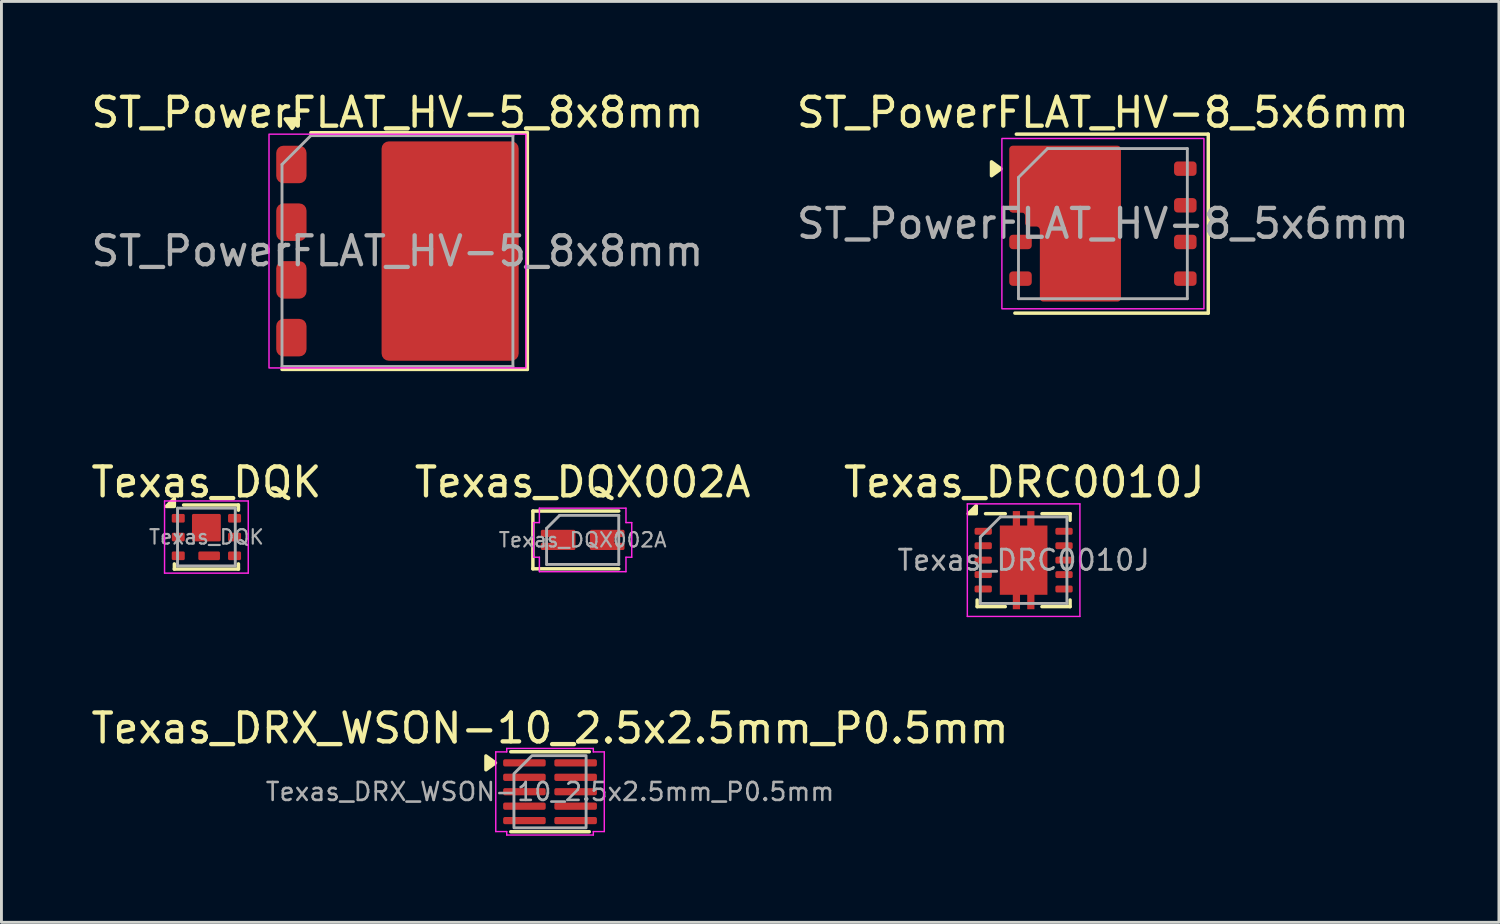
<source format=kicad_pcb>
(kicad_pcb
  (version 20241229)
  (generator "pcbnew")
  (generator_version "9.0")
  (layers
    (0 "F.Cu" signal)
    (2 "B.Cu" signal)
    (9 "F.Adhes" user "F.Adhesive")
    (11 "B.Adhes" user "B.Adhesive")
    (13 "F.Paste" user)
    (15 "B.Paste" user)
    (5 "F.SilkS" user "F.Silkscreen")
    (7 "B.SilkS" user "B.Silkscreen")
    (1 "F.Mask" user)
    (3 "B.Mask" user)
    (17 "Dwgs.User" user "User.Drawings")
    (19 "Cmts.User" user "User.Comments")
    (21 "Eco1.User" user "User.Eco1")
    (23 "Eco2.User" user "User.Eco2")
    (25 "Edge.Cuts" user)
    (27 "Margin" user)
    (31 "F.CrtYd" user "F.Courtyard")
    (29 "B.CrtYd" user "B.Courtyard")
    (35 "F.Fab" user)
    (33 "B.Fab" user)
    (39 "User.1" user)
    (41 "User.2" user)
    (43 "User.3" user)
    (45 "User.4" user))
  (footprint "Texas_DQX002A"
    (layer "F.Cu")
    (at 17.137 15.656)
    (property "Reference" "Texas_DQX002A" (at 0 -2 0) (layer "F.SilkS") (effects (font (size 1 1) (thickness 0.15))))
    (attr smd)
    (fp_line (start -1.725 -1) (end 1.25 -1) (stroke (width 0.12) (type default)) (layer "F.SilkS"))
    (fp_line (start -1.725 1) (end -1.725 -1) (stroke (width 0.12) (type default)) (layer "F.SilkS"))
    (fp_line (start 1.25 1) (end -1.725 1) (stroke (width 0.12) (type default)) (layer "F.SilkS"))
    (fp_rect (start -1.4 -0.15) (end -1.05 -0.3) (stroke (width 0.1) (type solid)) (fill yes) (layer "F.Paste"))
    (fp_rect (start -1.4 0.3) (end -1.05 0.15) (stroke (width 0.1) (type solid)) (fill yes) (layer "F.Paste"))
    (fp_rect (start -0.8 0.3) (end -0.3 -0.3) (stroke (width 0.1) (type solid)) (fill yes) (layer "F.Paste"))
    (fp_rect (start 0.3 0.3) (end 0.8 -0.3) (stroke (width 0.1) (type solid)) (fill yes) (layer "F.Paste"))
    (fp_rect (start 1.05 -0.15) (end 1.4 -0.3) (stroke (width 0.1) (type solid)) (fill yes) (layer "F.Paste"))
    (fp_rect (start 1.05 0.3) (end 1.4 0.15) (stroke (width 0.1) (type solid)) (fill yes) (layer "F.Paste"))
    (fp_line (start -1.7 -0.6) (end -1.5 -0.6) (stroke (width 0.05) (type default)) (layer "F.CrtYd"))
    (fp_line (start -1.7 0.05) (end -1.7 -0.6) (stroke (width 0.05) (type default)) (layer "F.CrtYd"))
    (fp_line (start -1.7 0.6) (end -1.7 0.05) (stroke (width 0.05) (type default)) (layer "F.CrtYd"))
    (fp_line (start -1.7 0.6) (end -1.5 0.6) (stroke (width 0.05) (type default)) (layer "F.CrtYd"))
    (fp_line (start -1.5 -1.1) (end -1.5 -0.6) (stroke (width 0.05) (type default)) (layer "F.CrtYd"))
    (fp_line (start -1.5 -1.1) (end 1.5 -1.1) (stroke (width 0.05) (type default)) (layer "F.CrtYd"))
    (fp_line (start -1.5 0.6) (end -1.5 1.1) (stroke (width 0.05) (type default)) (layer "F.CrtYd"))
    (fp_line (start 1.5 -1.1) (end 1.5 -0.6) (stroke (width 0.05) (type default)) (layer "F.CrtYd"))
    (fp_line (start 1.5 -0.6) (end 1.7 -0.6) (stroke (width 0.05) (type default)) (layer "F.CrtYd"))
    (fp_line (start 1.5 0.6) (end 1.5 1.1) (stroke (width 0.05) (type default)) (layer "F.CrtYd"))
    (fp_line (start 1.5 0.6) (end 1.7 0.6) (stroke (width 0.05) (type default)) (layer "F.CrtYd"))
    (fp_line (start 1.5 1.1) (end -1.5 1.1) (stroke (width 0.05) (type default)) (layer "F.CrtYd"))
    (fp_line (start 1.7 -0.6) (end 1.7 0.6) (stroke (width 0.05) (type default)) (layer "F.CrtYd"))
    (fp_line (start -1.25 -0.4) (end -0.8 -0.85) (stroke (width 0.1) (type default)) (layer "F.Fab"))
    (fp_line (start -1.25 0.85) (end -1.25 -0.4) (stroke (width 0.1) (type default)) (layer "F.Fab"))
    (fp_line (start -0.8 -0.85) (end 1.25 -0.85) (stroke (width 0.1) (type default)) (layer "F.Fab"))
    (fp_line (start 1.25 -0.85) (end 1.25 0.85) (stroke (width 0.1) (type default)) (layer "F.Fab"))
    (fp_line (start 1.25 0.85) (end -1.25 0.85) (stroke (width 0.1) (type default)) (layer "F.Fab"))
    (fp_text user "${REFERENCE}" (at 0 0 0) (layer "F.Fab") (effects (font (size 0.5 0.5) (thickness 0.075))))
    (pad "1" smd custom (at -0.85 0 90) (size 0.001 0.001) (layers "F.Cu" "F.Mask") (options (anchor rect)) (primitives (gr_poly (pts (xy -0.3 0.55) (xy 0.3 0.55) (xy 0.3 -0.55) (xy 0.15 -0.55) (xy 0.15 -0.2) (xy -0.15 -0.2) (xy -0.15 -0.55) (xy -0.3 -0.55)) (width 0.1) (fill yes))))
    (pad "2" smd custom (at 0.85 0 270) (size 0.001 0.001) (layers "F.Cu" "F.Mask") (options (anchor rect)) (primitives (gr_poly (pts (xy -0.3 0.55) (xy 0.3 0.55) (xy 0.3 -0.55) (xy 0.15 -0.55) (xy 0.15 -0.2) (xy -0.15 -0.2) (xy -0.15 -0.55) (xy -0.3 -0.55)) (width 0.1) (fill yes)))))
  (footprint "Texas_DQK"
    (layer "F.Cu")
    (at 4.101 15.556)
    (property "Reference" "Texas_DQK" (at 0 -1.9 0) (layer "F.SilkS") (effects (font (size 1 1) (thickness 0.15))))
    (attr smd)
    (fp_line (start -1.11 0.93) (end -1.11 1.11) (stroke (width 0.12) (type solid)) (layer "F.SilkS"))
    (fp_line (start -1.11 1.11) (end 1.11 1.11) (stroke (width 0.12) (type solid)) (layer "F.SilkS"))
    (fp_line (start -0.79 -1.11) (end 1.11 -1.11) (stroke (width 0.12) (type solid)) (layer "F.SilkS"))
    (fp_line (start 1.11 -1.11) (end 1.11 -0.93) (stroke (width 0.12) (type solid)) (layer "F.SilkS"))
    (fp_line (start 1.11 0.93) (end 1.11 1.11) (stroke (width 0.12) (type solid)) (layer "F.SilkS"))
    (fp_poly (pts (xy -1.11 -1.06) (xy -1.39 -1.06) (xy -1.11 -1.34) (xy -1.11 -1.06)) (stroke (width 0.12) (type solid)) (fill yes) (layer "F.SilkS"))
    (fp_line (start -1.45 -1.25) (end -1.45 1.25) (stroke (width 0.05) (type solid)) (layer "F.CrtYd"))
    (fp_line (start -1.45 -1.25) (end 1.45 -1.25) (stroke (width 0.05) (type solid)) (layer "F.CrtYd"))
    (fp_line (start -1.45 1.25) (end 1.45 1.25) (stroke (width 0.05) (type solid)) (layer "F.CrtYd"))
    (fp_line (start 1.45 -1.25) (end 1.45 1.25) (stroke (width 0.05) (type solid)) (layer "F.CrtYd"))
    (fp_line (start -1 -1) (end -1 1) (stroke (width 0.1) (type solid)) (layer "F.Fab"))
    (fp_line (start -1 -1) (end 1 -1) (stroke (width 0.1) (type solid)) (layer "F.Fab"))
    (fp_line (start -1 1) (end 1 1) (stroke (width 0.1) (type solid)) (layer "F.Fab"))
    (fp_line (start 1 -1) (end 1 1) (stroke (width 0.1) (type solid)) (layer "F.Fab"))
    (fp_text user "${REFERENCE}" (at 0 0 0) (layer "F.Fab") (effects (font (size 0.5 0.5) (thickness 0.075))))
    (pad "" smd roundrect (at 0 -0.325) (size 0.9 0.86) (layers "F.Paste") (roundrect_rratio 0.058))
    (pad "" smd roundrect (at 0.095 0.65) (size 0.7 0.29) (layers "F.Paste") (roundrect_rratio 0.172))
    (pad "1" smd roundrect (at -0.975 -0.65) (size 0.45 0.3) (layers "F.Cu" "F.Mask" "F.Paste") (roundrect_rratio 0.167))
    (pad "2" smd roundrect (at -0.975 0) (size 0.45 0.3) (layers "F.Cu" "F.Mask" "F.Paste") (roundrect_rratio 0.167))
    (pad "3" smd roundrect (at -0.975 0.65) (size 0.45 0.3) (layers "F.Cu" "F.Mask" "F.Paste") (roundrect_rratio 0.167))
    (pad "4" smd roundrect (at 0.975 0.65) (size 0.45 0.3) (layers "F.Cu" "F.Mask" "F.Paste") (roundrect_rratio 0.167))
    (pad "5" smd roundrect (at 0.975 0) (size 0.45 0.3) (layers "F.Cu" "F.Mask" "F.Paste") (roundrect_rratio 0.167))
    (pad "6" smd roundrect (at 0.975 -0.65) (size 0.45 0.3) (layers "F.Cu" "F.Mask" "F.Paste") (roundrect_rratio 0.167))
    (pad "7" smd roundrect (at 0.095 0.65) (size 0.75 0.3) (layers "F.Cu" "F.Mask") (roundrect_rratio 0.167))
    (pad "8" smd roundrect (at 0 -0.325) (size 1 0.95) (layers "F.Cu" "F.Mask") (roundrect_rratio 0.053)))
  (footprint "Texas_DRC0010J"
    (layer "F.Cu")
    (at 32.414 16.357)
    (property "Reference" "Texas_DRC0010J" (at 0.02 -2.7 0) (layer "F.SilkS") (effects (font (size 1 1) (thickness 0.15))))
    (attr smd)
    (fp_line (start -1.61 1.38) (end -1.61 1.61) (stroke (width 0.12) (type solid)) (layer "F.SilkS"))
    (fp_line (start -1.61 1.61) (end -0.635 1.61) (stroke (width 0.12) (type solid)) (layer "F.SilkS"))
    (fp_line (start -1.32 -1.61) (end -0.635 -1.61) (stroke (width 0.12) (type solid)) (layer "F.SilkS"))
    (fp_line (start 0.635 -1.61) (end 1.61 -1.61) (stroke (width 0.12) (type solid)) (layer "F.SilkS"))
    (fp_line (start 0.635 1.61) (end 1.61 1.61) (stroke (width 0.12) (type solid)) (layer "F.SilkS"))
    (fp_line (start 1.61 -1.61) (end 1.61 -1.38) (stroke (width 0.12) (type solid)) (layer "F.SilkS"))
    (fp_line (start 1.61 1.38) (end 1.61 1.61) (stroke (width 0.12) (type solid)) (layer "F.SilkS"))
    (fp_poly (pts (xy -1.64 -1.61) (xy -1.92 -1.61) (xy -1.64 -1.89) (xy -1.64 -1.61)) (stroke (width 0.12) (type solid)) (fill yes) (layer "F.SilkS"))
    (fp_line (start -1.95 -1.95) (end -1.95 1.95) (stroke (width 0.05) (type solid)) (layer "F.CrtYd"))
    (fp_line (start -1.95 -1.95) (end 1.95 -1.95) (stroke (width 0.05) (type solid)) (layer "F.CrtYd"))
    (fp_line (start -1.95 1.95) (end 1.95 1.95) (stroke (width 0.05) (type solid)) (layer "F.CrtYd"))
    (fp_line (start 1.95 -1.95) (end 1.95 1.95) (stroke (width 0.05) (type solid)) (layer "F.CrtYd"))
    (fp_line (start -1.5 -0.8) (end -1.5 1.5) (stroke (width 0.1) (type solid)) (layer "F.Fab"))
    (fp_line (start -1.5 -0.8) (end -0.8 -1.5) (stroke (width 0.1) (type solid)) (layer "F.Fab"))
    (fp_line (start -1.5 1.5) (end 1.5 1.5) (stroke (width 0.1) (type solid)) (layer "F.Fab"))
    (fp_line (start -0.8 -1.5) (end 1.5 -1.5) (stroke (width 0.1) (type solid)) (layer "F.Fab"))
    (fp_line (start 1.5 -1.5) (end 1.5 1.5) (stroke (width 0.1) (type solid)) (layer "F.Fab"))
    (fp_text user "${REFERENCE}" (at 0 0 0) (layer "F.Fab") (effects (font (size 0.7 0.7) (thickness 0.1))))
    (pad "" smd roundrect (at -0.25 -1.53) (size 0.25 0.34) (layers "F.Paste") (roundrect_rratio 0.1))
    (pad "" smd roundrect (at -0.25 1.53) (size 0.25 0.34) (layers "F.Paste") (roundrect_rratio 0.1))
    (pad "" smd roundrect (at 0 -0.63) (size 1.5 1.06) (layers "F.Paste") (roundrect_rratio 0.1))
    (pad "" smd roundrect (at 0 0.63) (size 1.5 1.06) (layers "F.Paste") (roundrect_rratio 0.1))
    (pad "" smd roundrect (at 0.25 -1.53) (size 0.25 0.34) (layers "F.Paste") (roundrect_rratio 0.1))
    (pad "" smd roundrect (at 0.25 1.53) (size 0.25 0.34) (layers "F.Paste") (roundrect_rratio 0.1))
    (pad "1" smd roundrect (at -1.4 -1) (size 0.6 0.24) (layers "F.Cu" "F.Mask" "F.Paste") (roundrect_rratio 0.25))
    (pad "2" smd roundrect (at -1.4 -0.5) (size 0.6 0.24) (layers "F.Cu" "F.Mask" "F.Paste") (roundrect_rratio 0.25))
    (pad "3" smd roundrect (at -1.4 0) (size 0.6 0.24) (layers "F.Cu" "F.Mask" "F.Paste") (roundrect_rratio 0.25))
    (pad "4" smd roundrect (at -1.4 0.5) (size 0.6 0.24) (layers "F.Cu" "F.Mask" "F.Paste") (roundrect_rratio 0.25))
    (pad "5" smd roundrect (at -1.4 1) (size 0.6 0.24) (layers "F.Cu" "F.Mask" "F.Paste") (roundrect_rratio 0.25))
    (pad "6" smd roundrect (at 1.4 1) (size 0.6 0.24) (layers "F.Cu" "F.Mask" "F.Paste") (roundrect_rratio 0.25))
    (pad "7" smd roundrect (at 1.4 0.5) (size 0.6 0.24) (layers "F.Cu" "F.Mask" "F.Paste") (roundrect_rratio 0.25))
    (pad "8" smd roundrect (at 1.4 0) (size 0.6 0.24) (layers "F.Cu" "F.Mask" "F.Paste") (roundrect_rratio 0.25))
    (pad "9" smd roundrect (at 1.4 -0.5) (size 0.6 0.24) (layers "F.Cu" "F.Mask" "F.Paste") (roundrect_rratio 0.25))
    (pad "10" smd roundrect (at 1.4 -1) (size 0.6 0.24) (layers "F.Cu" "F.Mask" "F.Paste") (roundrect_rratio 0.25))
    (pad "11" smd custom (at 0 0) (size 1.65 2.4) (layers "F.Cu" "F.Mask") (options (anchor rect)) (primitives (gr_poly (pts (xy -0.125 -1.1) (xy 0.125 -1.1) (xy 0.125 -1.7) (xy 0.375 -1.7) (xy 0.375 1.7) (xy 0.125 1.7) (xy 0.125 1.1) (xy -0.125 1.1) (xy -0.125 1.7) (xy -0.375 1.7) (xy -0.375 -1.7) (xy -0.125 -1.7)) (width 0) (fill yes)))))
  (footprint "ST_PowerFLAT_HV-5_8x8mm"
    (layer "F.Cu")
    (at 10.72 5.648)
    (property "Reference" "ST_PowerFLAT_HV-5_8x8mm" (at 0 -4.8 0) (unlocked yes) (layer "F.SilkS") (effects (font (size 1 1) (thickness 0.15))))
    (attr smd)
    (fp_line (start -3 -4.1) (end 4.5 -4.1) (stroke (width 0.12) (type default)) (layer "F.SilkS"))
    (fp_line (start 4.5 -4.1) (end 4.5 4.1) (stroke (width 0.12) (type default)) (layer "F.SilkS"))
    (fp_line (start 4.5 4.1) (end -4 4.1) (stroke (width 0.12) (type default)) (layer "F.SilkS"))
    (fp_poly (pts (xy -3.65 -4.25) (xy -3.89 -4.58) (xy -3.41 -4.58) (xy -3.65 -4.25)) (stroke (width 0.12) (type solid)) (fill yes) (layer "F.SilkS"))
    (fp_rect (start 4.45 -4.05) (end -4.45 4.05) (stroke (width 0.05) (type default)) (fill no) (layer "F.CrtYd"))
    (fp_line (start -4 -3) (end -4 4) (stroke (width 0.1) (type default)) (layer "F.Fab"))
    (fp_line (start -4 4) (end 4 4) (stroke (width 0.1) (type default)) (layer "F.Fab"))
    (fp_line (start -3 -4) (end -4 -3) (stroke (width 0.1) (type default)) (layer "F.Fab"))
    (fp_line (start 4 -4) (end -3 -4) (stroke (width 0.1) (type default)) (layer "F.Fab"))
    (fp_line (start 4 4) (end 4 -4) (stroke (width 0.1) (type default)) (layer "F.Fab"))
    (fp_text user "${REFERENCE}" (at 0 0 0) (unlocked yes) (layer "F.Fab") (effects (font (size 1 1) (thickness 0.15))))
    (pad "1" smd roundrect (at -3.675 -3) (size 1.05 1.3) (layers "F.Cu" "F.Mask" "F.Paste") (roundrect_rratio 0.238))
    (pad "2" smd roundrect (at -3.675 -1 180) (size 1.05 1.3) (layers "F.Cu" "F.Mask" "F.Paste") (roundrect_rratio 0.238))
    (pad "3" smd roundrect (at -3.675 1) (size 1.05 1.3) (layers "F.Cu" "F.Mask" "F.Paste") (roundrect_rratio 0.238))
    (pad "4" smd roundrect (at -3.675 3) (size 1.05 1.3) (layers "F.Cu" "F.Mask" "F.Paste") (roundrect_rratio 0.238))
    (pad "5" smd roundrect (at 1.825 0) (size 4.75 7.6) (layers "F.Cu" "F.Mask" "F.Paste") (roundrect_rratio 0.053)))
  (footprint "Texas_DRX_WSON-10_2.5x2.5mm_P0.5mm"
    (layer "F.Cu")
    (at 16.006 24.38)
    (property "Reference" "Texas_DRX_WSON-10_2.5x2.5mm_P0.5mm" (at 0 -2.2 0) (layer "F.SilkS") (effects (font (size 1 1) (thickness 0.15))))
    (attr smd)
    (fp_line (start -1.36 -1.385) (end 1.36 -1.385) (stroke (width 0.12) (type solid)) (layer "F.SilkS"))
    (fp_line (start 1.36 1.385) (end -1.36 1.385) (stroke (width 0.12) (type solid)) (layer "F.SilkS"))
    (fp_poly (pts (xy -1.89 -1) (xy -2.22 -0.76) (xy -2.22 -1.24)) (stroke (width 0.12) (type solid)) (fill yes) (layer "F.SilkS"))
    (fp_line (start -1.88 -1.38) (end -1.5 -1.38) (stroke (width 0.05) (type solid)) (layer "F.CrtYd"))
    (fp_line (start -1.88 1.38) (end -1.88 -1.38) (stroke (width 0.05) (type solid)) (layer "F.CrtYd"))
    (fp_line (start -1.5 -1.5) (end 1.5 -1.5) (stroke (width 0.05) (type solid)) (layer "F.CrtYd"))
    (fp_line (start -1.5 -1.38) (end -1.5 -1.5) (stroke (width 0.05) (type solid)) (layer "F.CrtYd"))
    (fp_line (start -1.5 1.38) (end -1.88 1.38) (stroke (width 0.05) (type solid)) (layer "F.CrtYd"))
    (fp_line (start -1.5 1.5) (end -1.5 1.38) (stroke (width 0.05) (type solid)) (layer "F.CrtYd"))
    (fp_line (start 1.5 -1.5) (end 1.5 -1.38) (stroke (width 0.05) (type solid)) (layer "F.CrtYd"))
    (fp_line (start 1.5 -1.38) (end 1.88 -1.38) (stroke (width 0.05) (type solid)) (layer "F.CrtYd"))
    (fp_line (start 1.5 1.38) (end 1.5 1.5) (stroke (width 0.05) (type solid)) (layer "F.CrtYd"))
    (fp_line (start 1.5 1.5) (end -1.5 1.5) (stroke (width 0.05) (type solid)) (layer "F.CrtYd"))
    (fp_line (start 1.88 -1.38) (end 1.88 1.38) (stroke (width 0.05) (type solid)) (layer "F.CrtYd"))
    (fp_line (start 1.88 1.38) (end 1.5 1.38) (stroke (width 0.05) (type solid)) (layer "F.CrtYd"))
    (fp_poly (pts (xy -1.25 -0.625) (xy -1.25 1.25) (xy 1.25 1.25) (xy 1.25 -1.25) (xy -0.625 -1.25)) (stroke (width 0.1) (type solid)) (fill no) (layer "F.Fab"))
    (fp_text user "${REFERENCE}" (at 0 0 0) (layer "F.Fab") (effects (font (size 0.62 0.62) (thickness 0.09))))
    (pad "1" smd roundrect (at -0.887 -1) (size 1.475 0.25) (layers "F.Cu" "F.Mask" "F.Paste") (roundrect_rratio 0.25))
    (pad "2" smd roundrect (at -0.887 -0.5) (size 1.475 0.25) (layers "F.Cu" "F.Mask" "F.Paste") (roundrect_rratio 0.25))
    (pad "3" smd roundrect (at -0.887 0) (size 1.475 0.25) (layers "F.Cu" "F.Mask" "F.Paste") (roundrect_rratio 0.25))
    (pad "4" smd roundrect (at -0.887 0.5) (size 1.475 0.25) (layers "F.Cu" "F.Mask" "F.Paste") (roundrect_rratio 0.25))
    (pad "5" smd roundrect (at -0.887 1) (size 1.475 0.25) (layers "F.Cu" "F.Mask" "F.Paste") (roundrect_rratio 0.25))
    (pad "6" smd roundrect (at 0.887 1) (size 1.475 0.25) (layers "F.Cu" "F.Mask" "F.Paste") (roundrect_rratio 0.25))
    (pad "7" smd roundrect (at 0.887 0.5) (size 1.475 0.25) (layers "F.Cu" "F.Mask" "F.Paste") (roundrect_rratio 0.25))
    (pad "8" smd roundrect (at 0.887 0) (size 1.475 0.25) (layers "F.Cu" "F.Mask" "F.Paste") (roundrect_rratio 0.25))
    (pad "9" smd roundrect (at 0.887 -0.5) (size 1.475 0.25) (layers "F.Cu" "F.Mask" "F.Paste") (roundrect_rratio 0.25))
    (pad "10" smd roundrect (at 0.887 -1) (size 1.475 0.25) (layers "F.Cu" "F.Mask" "F.Paste") (roundrect_rratio 0.25)))
  (footprint "ST_PowerFLAT_HV-8_5x6mm"
    (layer "F.Cu")
    (at 35.161 4.698)
    (property "Reference" "ST_PowerFLAT_HV-8_5x6mm" (at 0 -3.85 0) (unlocked yes) (layer "F.SilkS") (effects (font (size 1 1) (thickness 0.15))))
    (attr smd)
    (fp_line (start -3 -3.1) (end 3.65 -3.1) (stroke (width 0.12) (type default)) (layer "F.SilkS"))
    (fp_line (start 3.65 -3.1) (end 3.65 3.1) (stroke (width 0.12) (type default)) (layer "F.SilkS"))
    (fp_line (start 3.65 3.1) (end -3.05 3.1) (stroke (width 0.12) (type default)) (layer "F.SilkS"))
    (fp_poly (pts (xy -3.53 -1.9) (xy -3.86 -1.66) (xy -3.86 -2.14) (xy -3.53 -1.9)) (stroke (width 0.12) (type solid)) (fill yes) (layer "F.SilkS"))
    (fp_rect (start 3.5 -2.95) (end -3.5 2.95) (stroke (width 0.05) (type default)) (fill no) (layer "F.CrtYd"))
    (fp_line (start -2.925 -1.6) (end -2.925 2.6) (stroke (width 0.1) (type default)) (layer "F.Fab"))
    (fp_line (start -2.925 2.6) (end 2.925 2.6) (stroke (width 0.1) (type default)) (layer "F.Fab"))
    (fp_line (start -1.92 -2.6) (end -2.925 -1.6) (stroke (width 0.1) (type default)) (layer "F.Fab"))
    (fp_line (start 2.925 -2.6) (end -1.92 -2.6) (stroke (width 0.1) (type default)) (layer "F.Fab"))
    (fp_line (start 2.925 2.6) (end 2.925 -2.6) (stroke (width 0.1) (type default)) (layer "F.Fab"))
    (fp_text user "${REFERENCE}" (at 0 0 0) (unlocked yes) (layer "F.Fab") (effects (font (size 1 1) (thickness 0.15))))
    (pad "" smd roundrect (at -2.855 -1.905) (size 0.78 0.5) (layers "F.Paste") (roundrect_rratio 0.25))
    (pad "" smd roundrect (at -1.495 -2.04) (size 1.285 1.22) (layers "F.Paste") (roundrect_rratio 0.205))
    (pad "" smd roundrect (at -1.495 -0.68) (size 1.285 1.22) (layers "F.Paste") (roundrect_rratio 0.205))
    (pad "" smd roundrect (at -1.495 0.68) (size 1.285 1.22) (layers "F.Paste") (roundrect_rratio 0.205))
    (pad "" smd roundrect (at -1.492 2.04) (size 1.285 1.22) (layers "F.Paste") (roundrect_rratio 0.205))
    (pad "" smd roundrect (at -0.07 -2.04) (size 1.285 1.22) (layers "F.Paste") (roundrect_rratio 0.205))
    (pad "" smd roundrect (at -0.07 -0.68) (size 1.285 1.22) (layers "F.Paste") (roundrect_rratio 0.205))
    (pad "" smd roundrect (at -0.07 0.68) (size 1.285 1.22) (layers "F.Paste") (roundrect_rratio 0.205))
    (pad "" smd roundrect (at -0.067 2.04) (size 1.285 1.22) (layers "F.Paste") (roundrect_rratio 0.205))
    (pad "1" smd custom (at -2.855 -1.905) (size 0.78 0.5) (property pad_prop_heatsink) (layers "F.Cu" "F.Mask") (options (anchor rect)) (primitives (gr_poly (pts (arc (start -0.265 -0.7951) (mid -0.353388 -0.758488) (end -0.39 -0.6701)) (arc (start -0.39 1.3899) (mid -0.353388 1.478288) (end -0.265 1.5149)) (arc (start 0.035 1.5149) (mid 0.123388 1.551512) (end 0.16 1.6399)) (arc (start 0.16 1.8799) (mid 0.196612 1.968288) (end 0.285 2.0049)) (arc (start 0.545 2.0049) (mid 0.633388 2.041512) (end 0.67 2.1299)) (arc (start 0.67 4.4799) (mid 0.706612 4.568288) (end 0.795 4.6049)) (arc (start 3.355 4.6049) (mid 3.443388 4.568288) (end 3.48 4.4799)) (arc (start 3.48 -0.6701) (mid 3.443388 -0.758488) (end 3.355 -0.7951))) (width 0) (fill yes))))
    (pad "2" smd roundrect (at -2.855 -0.635) (size 0.78 0.5) (property pad_prop_heatsink) (layers "F.Cu" "F.Mask" "F.Paste") (roundrect_rratio 0.25))
    (pad "3" smd roundrect (at -2.855 0.635) (size 0.78 0.5) (layers "F.Cu" "F.Mask" "F.Paste") (roundrect_rratio 0.25))
    (pad "4" smd roundrect (at -2.855 1.905) (size 0.78 0.5) (layers "F.Cu" "F.Mask" "F.Paste") (roundrect_rratio 0.25))
    (pad "5" smd roundrect (at 2.855 1.905) (size 0.78 0.5) (layers "F.Cu" "F.Mask" "F.Paste") (roundrect_rratio 0.25))
    (pad "6" smd roundrect (at 2.855 0.635) (size 0.78 0.5) (layers "F.Cu" "F.Mask" "F.Paste") (roundrect_rratio 0.25))
    (pad "7" smd roundrect (at 2.855 -0.635) (size 0.78 0.5) (layers "F.Cu" "F.Mask" "F.Paste") (roundrect_rratio 0.25))
    (pad "8" smd roundrect (at 2.855 -1.905) (size 0.78 0.5) (layers "F.Cu" "F.Mask" "F.Paste") (roundrect_rratio 0.25)))
  (gr_rect
    (start -3 -3)
    (end 48.881 28.905)
    (stroke (width 0.1) (type default))
    (fill no)
    (layer "Edge.Cuts")))
</source>
